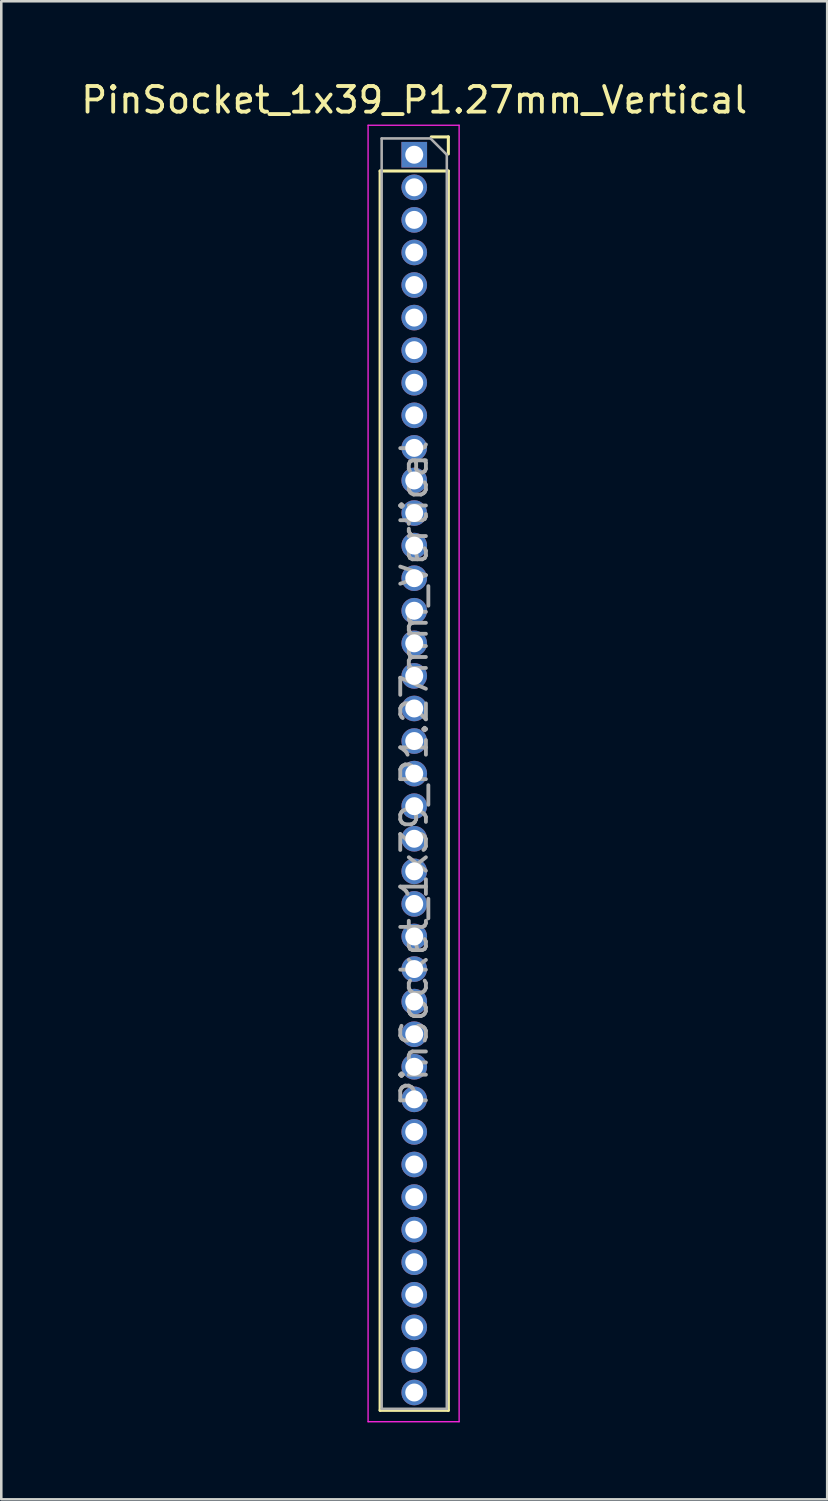
<source format=kicad_pcb>
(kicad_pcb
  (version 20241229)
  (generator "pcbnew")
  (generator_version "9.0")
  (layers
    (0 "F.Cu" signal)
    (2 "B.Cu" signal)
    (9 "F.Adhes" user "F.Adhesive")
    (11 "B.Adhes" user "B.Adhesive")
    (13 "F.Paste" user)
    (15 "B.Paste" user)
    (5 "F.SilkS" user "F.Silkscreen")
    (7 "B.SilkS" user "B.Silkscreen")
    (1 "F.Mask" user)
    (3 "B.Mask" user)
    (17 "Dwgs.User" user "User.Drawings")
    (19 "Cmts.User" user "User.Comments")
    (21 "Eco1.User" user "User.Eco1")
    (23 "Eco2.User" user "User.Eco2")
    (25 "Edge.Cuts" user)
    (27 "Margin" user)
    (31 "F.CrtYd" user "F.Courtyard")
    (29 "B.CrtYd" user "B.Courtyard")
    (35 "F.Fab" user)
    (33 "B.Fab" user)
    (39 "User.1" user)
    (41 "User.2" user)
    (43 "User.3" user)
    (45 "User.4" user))
  (footprint "PinSocket_1x39_P1.27mm_Vertical"
    (layer "F.Cu")
    (at 13.101 2.983)
    (property "Reference" "PinSocket_1x39_P1.27mm_Vertical" (at 0 -2.135 0) (layer "F.SilkS") (effects (font (size 1 1) (thickness 0.15))))
    (attr through_hole)
    (fp_line (start -1.33 0.635) (end -1.33 48.955) (stroke (width 0.12) (type solid)) (layer "F.SilkS"))
    (fp_line (start -1.33 48.955) (end 1.33 48.955) (stroke (width 0.12) (type solid)) (layer "F.SilkS"))
    (fp_line (start 1.33 -0.695) (end 0.665 -0.695) (stroke (width 0.12) (type solid)) (layer "F.SilkS"))
    (fp_line (start 1.33 -0.03) (end 1.33 -0.695) (stroke (width 0.12) (type solid)) (layer "F.SilkS"))
    (fp_line (start 1.33 0.635) (end -1.33 0.635) (stroke (width 0.12) (type solid)) (layer "F.SilkS"))
    (fp_line (start 1.33 48.955) (end 1.33 0.635) (stroke (width 0.12) (type solid)) (layer "F.SilkS"))
    (fp_line (start -1.8 -1.15) (end 1.75 -1.15) (stroke (width 0.05) (type solid)) (layer "F.CrtYd"))
    (fp_line (start -1.8 49.4) (end -1.8 -1.15) (stroke (width 0.05) (type solid)) (layer "F.CrtYd"))
    (fp_line (start 1.75 -1.15) (end 1.75 49.4) (stroke (width 0.05) (type solid)) (layer "F.CrtYd"))
    (fp_line (start 1.75 49.4) (end -1.8 49.4) (stroke (width 0.05) (type solid)) (layer "F.CrtYd"))
    (fp_line (start -1.27 -0.635) (end 0.635 -0.635) (stroke (width 0.1) (type solid)) (layer "F.Fab"))
    (fp_line (start -1.27 48.895) (end -1.27 -0.635) (stroke (width 0.1) (type solid)) (layer "F.Fab"))
    (fp_line (start 0.635 -0.635) (end 1.27 0) (stroke (width 0.1) (type solid)) (layer "F.Fab"))
    (fp_line (start 1.27 0) (end 1.27 48.895) (stroke (width 0.1) (type solid)) (layer "F.Fab"))
    (fp_line (start 1.27 48.895) (end -1.27 48.895) (stroke (width 0.1) (type solid)) (layer "F.Fab"))
    (fp_text user "${REFERENCE}" (at 0 24.13 90) (layer "F.Fab") (effects (font (size 1 1) (thickness 0.15))))
    (pad "1" thru_hole rect (at 0 0) (size 1 1) (drill 0.7) (layers "*.Cu" "*.Mask"))
    (pad "2" thru_hole oval (at 0 1.27) (size 1 1) (drill 0.7) (layers "*.Cu" "*.Mask"))
    (pad "3" thru_hole oval (at 0 2.54) (size 1 1) (drill 0.7) (layers "*.Cu" "*.Mask"))
    (pad "4" thru_hole oval (at 0 3.81) (size 1 1) (drill 0.7) (layers "*.Cu" "*.Mask"))
    (pad "5" thru_hole oval (at 0 5.08) (size 1 1) (drill 0.7) (layers "*.Cu" "*.Mask"))
    (pad "6" thru_hole oval (at 0 6.35) (size 1 1) (drill 0.7) (layers "*.Cu" "*.Mask"))
    (pad "7" thru_hole oval (at 0 7.62) (size 1 1) (drill 0.7) (layers "*.Cu" "*.Mask"))
    (pad "8" thru_hole oval (at 0 8.89) (size 1 1) (drill 0.7) (layers "*.Cu" "*.Mask"))
    (pad "9" thru_hole oval (at 0 10.16) (size 1 1) (drill 0.7) (layers "*.Cu" "*.Mask"))
    (pad "10" thru_hole oval (at 0 11.43) (size 1 1) (drill 0.7) (layers "*.Cu" "*.Mask"))
    (pad "11" thru_hole oval (at 0 12.7) (size 1 1) (drill 0.7) (layers "*.Cu" "*.Mask"))
    (pad "12" thru_hole oval (at 0 13.97) (size 1 1) (drill 0.7) (layers "*.Cu" "*.Mask"))
    (pad "13" thru_hole oval (at 0 15.24) (size 1 1) (drill 0.7) (layers "*.Cu" "*.Mask"))
    (pad "14" thru_hole oval (at 0 16.51) (size 1 1) (drill 0.7) (layers "*.Cu" "*.Mask"))
    (pad "15" thru_hole oval (at 0 17.78) (size 1 1) (drill 0.7) (layers "*.Cu" "*.Mask"))
    (pad "16" thru_hole oval (at 0 19.05) (size 1 1) (drill 0.7) (layers "*.Cu" "*.Mask"))
    (pad "17" thru_hole oval (at 0 20.32) (size 1 1) (drill 0.7) (layers "*.Cu" "*.Mask"))
    (pad "18" thru_hole oval (at 0 21.59) (size 1 1) (drill 0.7) (layers "*.Cu" "*.Mask"))
    (pad "19" thru_hole oval (at 0 22.86) (size 1 1) (drill 0.7) (layers "*.Cu" "*.Mask"))
    (pad "20" thru_hole oval (at 0 24.13) (size 1 1) (drill 0.7) (layers "*.Cu" "*.Mask"))
    (pad "21" thru_hole oval (at 0 25.4) (size 1 1) (drill 0.7) (layers "*.Cu" "*.Mask"))
    (pad "22" thru_hole oval (at 0 26.67) (size 1 1) (drill 0.7) (layers "*.Cu" "*.Mask"))
    (pad "23" thru_hole oval (at 0 27.94) (size 1 1) (drill 0.7) (layers "*.Cu" "*.Mask"))
    (pad "24" thru_hole oval (at 0 29.21) (size 1 1) (drill 0.7) (layers "*.Cu" "*.Mask"))
    (pad "25" thru_hole oval (at 0 30.48) (size 1 1) (drill 0.7) (layers "*.Cu" "*.Mask"))
    (pad "26" thru_hole oval (at 0 31.75) (size 1 1) (drill 0.7) (layers "*.Cu" "*.Mask"))
    (pad "27" thru_hole oval (at 0 33.02) (size 1 1) (drill 0.7) (layers "*.Cu" "*.Mask"))
    (pad "28" thru_hole oval (at 0 34.29) (size 1 1) (drill 0.7) (layers "*.Cu" "*.Mask"))
    (pad "29" thru_hole oval (at 0 35.56) (size 1 1) (drill 0.7) (layers "*.Cu" "*.Mask"))
    (pad "30" thru_hole oval (at 0 36.83) (size 1 1) (drill 0.7) (layers "*.Cu" "*.Mask"))
    (pad "31" thru_hole oval (at 0 38.1) (size 1 1) (drill 0.7) (layers "*.Cu" "*.Mask"))
    (pad "32" thru_hole oval (at 0 39.37) (size 1 1) (drill 0.7) (layers "*.Cu" "*.Mask"))
    (pad "33" thru_hole oval (at 0 40.64) (size 1 1) (drill 0.7) (layers "*.Cu" "*.Mask"))
    (pad "34" thru_hole oval (at 0 41.91) (size 1 1) (drill 0.7) (layers "*.Cu" "*.Mask"))
    (pad "35" thru_hole oval (at 0 43.18) (size 1 1) (drill 0.7) (layers "*.Cu" "*.Mask"))
    (pad "36" thru_hole oval (at 0 44.45) (size 1 1) (drill 0.7) (layers "*.Cu" "*.Mask"))
    (pad "37" thru_hole oval (at 0 45.72) (size 1 1) (drill 0.7) (layers "*.Cu" "*.Mask"))
    (pad "38" thru_hole oval (at 0 46.99) (size 1 1) (drill 0.7) (layers "*.Cu" "*.Mask"))
    (pad "39" thru_hole oval (at 0 48.26) (size 1 1) (drill 0.7) (layers "*.Cu" "*.Mask")))
  (gr_rect
    (start -3 -3)
    (end 29.202 55.408)
    (stroke (width 0.1) (type default))
    (fill no)
    (layer "Edge.Cuts")))
</source>
